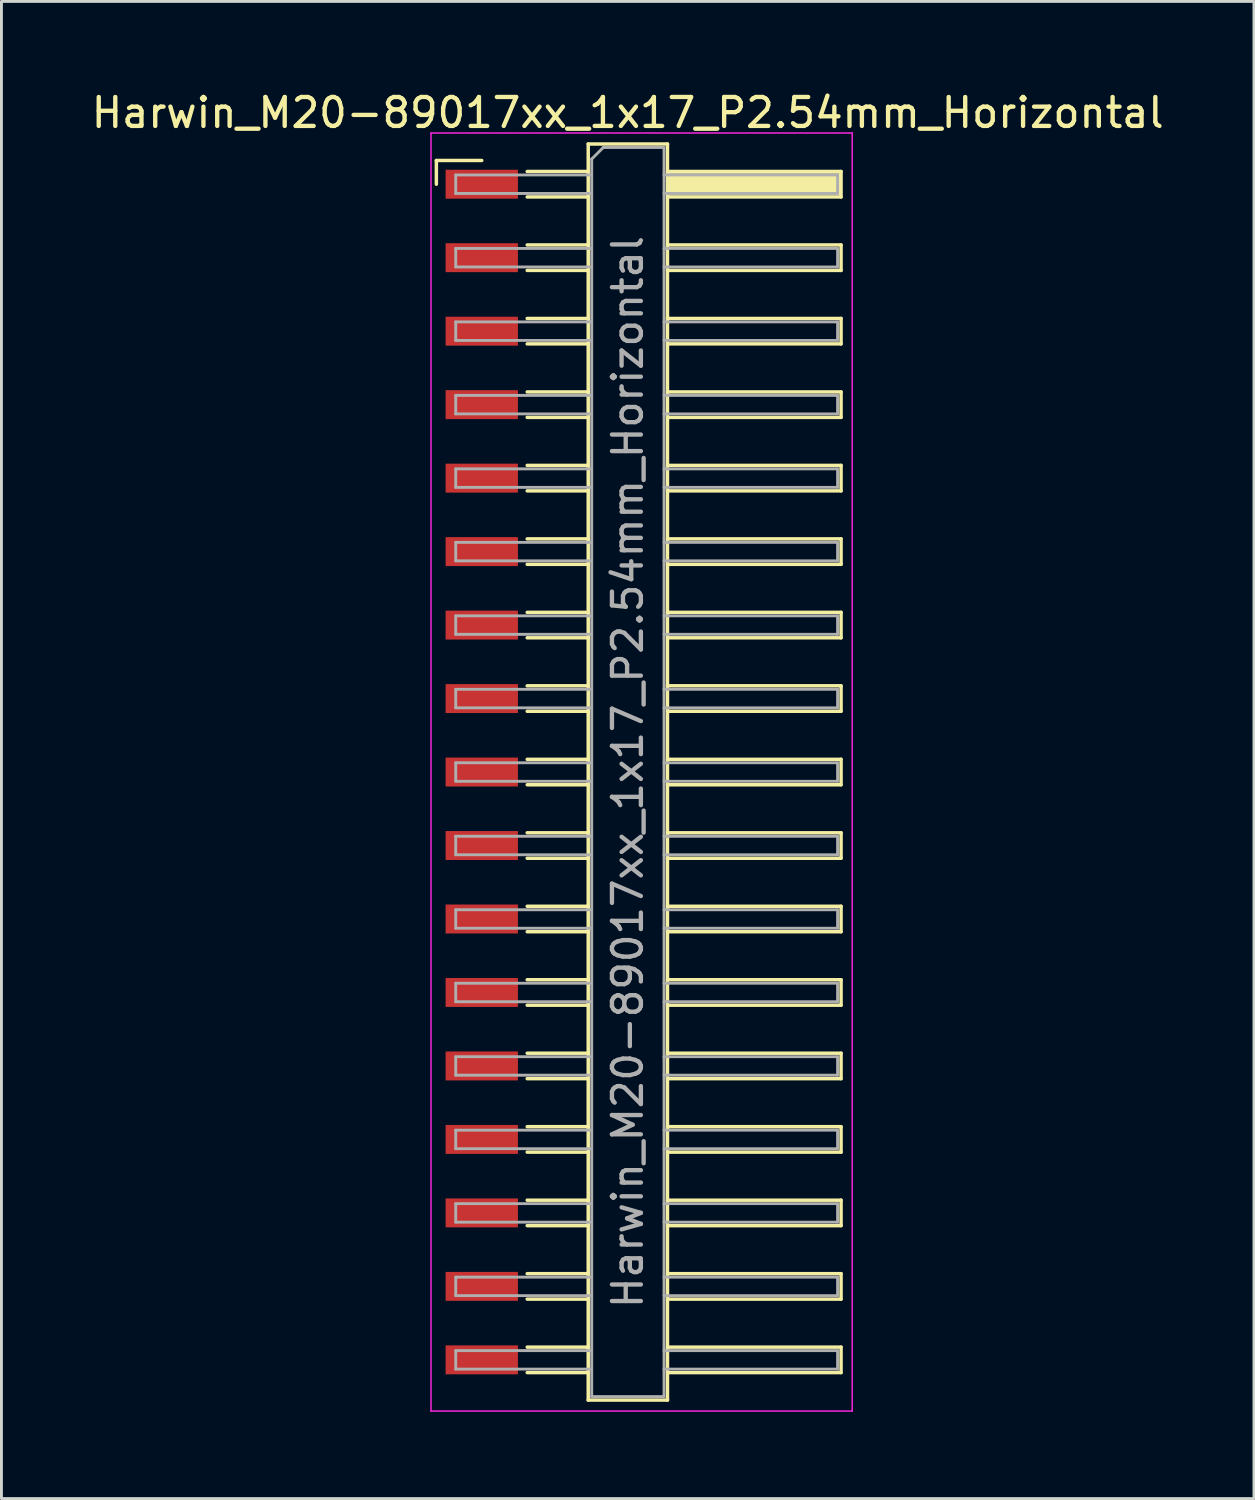
<source format=kicad_pcb>
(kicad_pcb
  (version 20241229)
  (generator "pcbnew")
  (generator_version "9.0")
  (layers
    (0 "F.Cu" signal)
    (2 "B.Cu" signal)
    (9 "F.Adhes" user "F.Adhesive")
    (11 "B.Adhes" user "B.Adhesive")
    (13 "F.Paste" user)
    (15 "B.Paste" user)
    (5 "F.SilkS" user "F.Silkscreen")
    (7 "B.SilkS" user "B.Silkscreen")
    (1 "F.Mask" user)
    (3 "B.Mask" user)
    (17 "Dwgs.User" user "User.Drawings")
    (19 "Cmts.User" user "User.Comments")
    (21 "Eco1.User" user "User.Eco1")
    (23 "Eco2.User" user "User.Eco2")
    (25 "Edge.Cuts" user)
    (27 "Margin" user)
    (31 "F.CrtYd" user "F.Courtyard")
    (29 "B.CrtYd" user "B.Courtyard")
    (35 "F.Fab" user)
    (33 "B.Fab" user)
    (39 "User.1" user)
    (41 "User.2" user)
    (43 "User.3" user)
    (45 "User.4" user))
  (footprint "Harwin_M20-89017xx_1x17_P2.54mm_Horizontal"
    (layer "F.Cu")
    (at 19.129 23.638)
    (property "Reference" "Harwin_M20-89017xx_1x17_P2.54mm_Horizontal" (at -0.48 -22.79 0) (layer "F.SilkS") (effects (font (size 1 1) (thickness 0.15))))
    (attr smd)
    (fp_line (start -7.095 -21.14) (end -5.525 -21.14) (stroke (width 0.12) (type solid)) (layer "F.SilkS"))
    (fp_line (start -7.095 -20.32) (end -7.095 -21.14) (stroke (width 0.12) (type solid)) (layer "F.SilkS"))
    (fp_line (start -3.955 -20.76) (end -1.845 -20.76) (stroke (width 0.12) (type solid)) (layer "F.SilkS"))
    (fp_line (start -3.955 -19.88) (end -1.845 -19.88) (stroke (width 0.12) (type solid)) (layer "F.SilkS"))
    (fp_line (start -3.955 -18.22) (end -1.845 -18.22) (stroke (width 0.12) (type solid)) (layer "F.SilkS"))
    (fp_line (start -3.955 -17.34) (end -1.845 -17.34) (stroke (width 0.12) (type solid)) (layer "F.SilkS"))
    (fp_line (start -3.955 -15.68) (end -1.845 -15.68) (stroke (width 0.12) (type solid)) (layer "F.SilkS"))
    (fp_line (start -3.955 -14.8) (end -1.845 -14.8) (stroke (width 0.12) (type solid)) (layer "F.SilkS"))
    (fp_line (start -3.955 -13.14) (end -1.845 -13.14) (stroke (width 0.12) (type solid)) (layer "F.SilkS"))
    (fp_line (start -3.955 -12.26) (end -1.845 -12.26) (stroke (width 0.12) (type solid)) (layer "F.SilkS"))
    (fp_line (start -3.955 -10.6) (end -1.845 -10.6) (stroke (width 0.12) (type solid)) (layer "F.SilkS"))
    (fp_line (start -3.955 -9.72) (end -1.845 -9.72) (stroke (width 0.12) (type solid)) (layer "F.SilkS"))
    (fp_line (start -3.955 -8.06) (end -1.845 -8.06) (stroke (width 0.12) (type solid)) (layer "F.SilkS"))
    (fp_line (start -3.955 -7.18) (end -1.845 -7.18) (stroke (width 0.12) (type solid)) (layer "F.SilkS"))
    (fp_line (start -3.955 -5.52) (end -1.845 -5.52) (stroke (width 0.12) (type solid)) (layer "F.SilkS"))
    (fp_line (start -3.955 -4.64) (end -1.845 -4.64) (stroke (width 0.12) (type solid)) (layer "F.SilkS"))
    (fp_line (start -3.955 -2.98) (end -1.845 -2.98) (stroke (width 0.12) (type solid)) (layer "F.SilkS"))
    (fp_line (start -3.955 -2.1) (end -1.845 -2.1) (stroke (width 0.12) (type solid)) (layer "F.SilkS"))
    (fp_line (start -3.955 -0.44) (end -1.845 -0.44) (stroke (width 0.12) (type solid)) (layer "F.SilkS"))
    (fp_line (start -3.955 0.44) (end -1.845 0.44) (stroke (width 0.12) (type solid)) (layer "F.SilkS"))
    (fp_line (start -3.955 2.1) (end -1.845 2.1) (stroke (width 0.12) (type solid)) (layer "F.SilkS"))
    (fp_line (start -3.955 2.98) (end -1.845 2.98) (stroke (width 0.12) (type solid)) (layer "F.SilkS"))
    (fp_line (start -3.955 4.64) (end -1.845 4.64) (stroke (width 0.12) (type solid)) (layer "F.SilkS"))
    (fp_line (start -3.955 5.52) (end -1.845 5.52) (stroke (width 0.12) (type solid)) (layer "F.SilkS"))
    (fp_line (start -3.955 7.18) (end -1.845 7.18) (stroke (width 0.12) (type solid)) (layer "F.SilkS"))
    (fp_line (start -3.955 8.06) (end -1.845 8.06) (stroke (width 0.12) (type solid)) (layer "F.SilkS"))
    (fp_line (start -3.955 9.72) (end -1.845 9.72) (stroke (width 0.12) (type solid)) (layer "F.SilkS"))
    (fp_line (start -3.955 10.6) (end -1.845 10.6) (stroke (width 0.12) (type solid)) (layer "F.SilkS"))
    (fp_line (start -3.955 12.26) (end -1.845 12.26) (stroke (width 0.12) (type solid)) (layer "F.SilkS"))
    (fp_line (start -3.955 13.14) (end -1.845 13.14) (stroke (width 0.12) (type solid)) (layer "F.SilkS"))
    (fp_line (start -3.955 14.8) (end -1.845 14.8) (stroke (width 0.12) (type solid)) (layer "F.SilkS"))
    (fp_line (start -3.955 15.68) (end -1.845 15.68) (stroke (width 0.12) (type solid)) (layer "F.SilkS"))
    (fp_line (start -3.955 17.34) (end -1.845 17.34) (stroke (width 0.12) (type solid)) (layer "F.SilkS"))
    (fp_line (start -3.955 18.22) (end -1.845 18.22) (stroke (width 0.12) (type solid)) (layer "F.SilkS"))
    (fp_line (start -3.955 19.88) (end -1.845 19.88) (stroke (width 0.12) (type solid)) (layer "F.SilkS"))
    (fp_line (start -3.955 20.76) (end -1.845 20.76) (stroke (width 0.12) (type solid)) (layer "F.SilkS"))
    (fp_line (start -1.845 -21.71) (end 0.895 -21.71) (stroke (width 0.12) (type solid)) (layer "F.SilkS"))
    (fp_line (start -1.845 21.71) (end -1.845 -21.71) (stroke (width 0.12) (type solid)) (layer "F.SilkS"))
    (fp_line (start 0.895 -21.71) (end 0.895 21.71) (stroke (width 0.12) (type solid)) (layer "F.SilkS"))
    (fp_line (start 0.895 -20.76) (end 6.895 -20.76) (stroke (width 0.12) (type solid)) (layer "F.SilkS"))
    (fp_line (start 0.895 -18.22) (end 6.895 -18.22) (stroke (width 0.12) (type solid)) (layer "F.SilkS"))
    (fp_line (start 0.895 -15.68) (end 6.895 -15.68) (stroke (width 0.12) (type solid)) (layer "F.SilkS"))
    (fp_line (start 0.895 -13.14) (end 6.895 -13.14) (stroke (width 0.12) (type solid)) (layer "F.SilkS"))
    (fp_line (start 0.895 -10.6) (end 6.895 -10.6) (stroke (width 0.12) (type solid)) (layer "F.SilkS"))
    (fp_line (start 0.895 -8.06) (end 6.895 -8.06) (stroke (width 0.12) (type solid)) (layer "F.SilkS"))
    (fp_line (start 0.895 -5.52) (end 6.895 -5.52) (stroke (width 0.12) (type solid)) (layer "F.SilkS"))
    (fp_line (start 0.895 -2.98) (end 6.895 -2.98) (stroke (width 0.12) (type solid)) (layer "F.SilkS"))
    (fp_line (start 0.895 -0.44) (end 6.895 -0.44) (stroke (width 0.12) (type solid)) (layer "F.SilkS"))
    (fp_line (start 0.895 2.1) (end 6.895 2.1) (stroke (width 0.12) (type solid)) (layer "F.SilkS"))
    (fp_line (start 0.895 4.64) (end 6.895 4.64) (stroke (width 0.12) (type solid)) (layer "F.SilkS"))
    (fp_line (start 0.895 7.18) (end 6.895 7.18) (stroke (width 0.12) (type solid)) (layer "F.SilkS"))
    (fp_line (start 0.895 9.72) (end 6.895 9.72) (stroke (width 0.12) (type solid)) (layer "F.SilkS"))
    (fp_line (start 0.895 12.26) (end 6.895 12.26) (stroke (width 0.12) (type solid)) (layer "F.SilkS"))
    (fp_line (start 0.895 14.8) (end 6.895 14.8) (stroke (width 0.12) (type solid)) (layer "F.SilkS"))
    (fp_line (start 0.895 17.34) (end 6.895 17.34) (stroke (width 0.12) (type solid)) (layer "F.SilkS"))
    (fp_line (start 0.895 19.88) (end 6.895 19.88) (stroke (width 0.12) (type solid)) (layer "F.SilkS"))
    (fp_line (start 0.895 21.71) (end -1.845 21.71) (stroke (width 0.12) (type solid)) (layer "F.SilkS"))
    (fp_line (start 6.895 -20.76) (end 6.895 -19.88) (stroke (width 0.12) (type solid)) (layer "F.SilkS"))
    (fp_line (start 6.895 -19.88) (end 0.895 -19.88) (stroke (width 0.12) (type solid)) (layer "F.SilkS"))
    (fp_line (start 6.895 -18.22) (end 6.895 -17.34) (stroke (width 0.12) (type solid)) (layer "F.SilkS"))
    (fp_line (start 6.895 -17.34) (end 0.895 -17.34) (stroke (width 0.12) (type solid)) (layer "F.SilkS"))
    (fp_line (start 6.895 -15.68) (end 6.895 -14.8) (stroke (width 0.12) (type solid)) (layer "F.SilkS"))
    (fp_line (start 6.895 -14.8) (end 0.895 -14.8) (stroke (width 0.12) (type solid)) (layer "F.SilkS"))
    (fp_line (start 6.895 -13.14) (end 6.895 -12.26) (stroke (width 0.12) (type solid)) (layer "F.SilkS"))
    (fp_line (start 6.895 -12.26) (end 0.895 -12.26) (stroke (width 0.12) (type solid)) (layer "F.SilkS"))
    (fp_line (start 6.895 -10.6) (end 6.895 -9.72) (stroke (width 0.12) (type solid)) (layer "F.SilkS"))
    (fp_line (start 6.895 -9.72) (end 0.895 -9.72) (stroke (width 0.12) (type solid)) (layer "F.SilkS"))
    (fp_line (start 6.895 -8.06) (end 6.895 -7.18) (stroke (width 0.12) (type solid)) (layer "F.SilkS"))
    (fp_line (start 6.895 -7.18) (end 0.895 -7.18) (stroke (width 0.12) (type solid)) (layer "F.SilkS"))
    (fp_line (start 6.895 -5.52) (end 6.895 -4.64) (stroke (width 0.12) (type solid)) (layer "F.SilkS"))
    (fp_line (start 6.895 -4.64) (end 0.895 -4.64) (stroke (width 0.12) (type solid)) (layer "F.SilkS"))
    (fp_line (start 6.895 -2.98) (end 6.895 -2.1) (stroke (width 0.12) (type solid)) (layer "F.SilkS"))
    (fp_line (start 6.895 -2.1) (end 0.895 -2.1) (stroke (width 0.12) (type solid)) (layer "F.SilkS"))
    (fp_line (start 6.895 -0.44) (end 6.895 0.44) (stroke (width 0.12) (type solid)) (layer "F.SilkS"))
    (fp_line (start 6.895 0.44) (end 0.895 0.44) (stroke (width 0.12) (type solid)) (layer "F.SilkS"))
    (fp_line (start 6.895 2.1) (end 6.895 2.98) (stroke (width 0.12) (type solid)) (layer "F.SilkS"))
    (fp_line (start 6.895 2.98) (end 0.895 2.98) (stroke (width 0.12) (type solid)) (layer "F.SilkS"))
    (fp_line (start 6.895 4.64) (end 6.895 5.52) (stroke (width 0.12) (type solid)) (layer "F.SilkS"))
    (fp_line (start 6.895 5.52) (end 0.895 5.52) (stroke (width 0.12) (type solid)) (layer "F.SilkS"))
    (fp_line (start 6.895 7.18) (end 6.895 8.06) (stroke (width 0.12) (type solid)) (layer "F.SilkS"))
    (fp_line (start 6.895 8.06) (end 0.895 8.06) (stroke (width 0.12) (type solid)) (layer "F.SilkS"))
    (fp_line (start 6.895 9.72) (end 6.895 10.6) (stroke (width 0.12) (type solid)) (layer "F.SilkS"))
    (fp_line (start 6.895 10.6) (end 0.895 10.6) (stroke (width 0.12) (type solid)) (layer "F.SilkS"))
    (fp_line (start 6.895 12.26) (end 6.895 13.14) (stroke (width 0.12) (type solid)) (layer "F.SilkS"))
    (fp_line (start 6.895 13.14) (end 0.895 13.14) (stroke (width 0.12) (type solid)) (layer "F.SilkS"))
    (fp_line (start 6.895 14.8) (end 6.895 15.68) (stroke (width 0.12) (type solid)) (layer "F.SilkS"))
    (fp_line (start 6.895 15.68) (end 0.895 15.68) (stroke (width 0.12) (type solid)) (layer "F.SilkS"))
    (fp_line (start 6.895 17.34) (end 6.895 18.22) (stroke (width 0.12) (type solid)) (layer "F.SilkS"))
    (fp_line (start 6.895 18.22) (end 0.895 18.22) (stroke (width 0.12) (type solid)) (layer "F.SilkS"))
    (fp_line (start 6.895 19.88) (end 6.895 20.76) (stroke (width 0.12) (type solid)) (layer "F.SilkS"))
    (fp_line (start 6.895 20.76) (end 0.895 20.76) (stroke (width 0.12) (type solid)) (layer "F.SilkS"))
    (fp_line (start -7.28 -22.09) (end 7.28 -22.09) (stroke (width 0.05) (type solid)) (layer "F.CrtYd"))
    (fp_line (start -7.28 22.09) (end -7.28 -22.09) (stroke (width 0.05) (type solid)) (layer "F.CrtYd"))
    (fp_line (start 7.28 -22.09) (end 7.28 22.09) (stroke (width 0.05) (type solid)) (layer "F.CrtYd"))
    (fp_line (start 7.28 22.09) (end -7.28 22.09) (stroke (width 0.05) (type solid)) (layer "F.CrtYd"))
    (fp_line (start -6.425 -20.64) (end -6.425 -20) (stroke (width 0.1) (type solid)) (layer "F.Fab"))
    (fp_line (start -6.425 -20) (end -1.725 -20) (stroke (width 0.1) (type solid)) (layer "F.Fab"))
    (fp_line (start -6.425 -18.1) (end -6.425 -17.46) (stroke (width 0.1) (type solid)) (layer "F.Fab"))
    (fp_line (start -6.425 -17.46) (end -1.725 -17.46) (stroke (width 0.1) (type solid)) (layer "F.Fab"))
    (fp_line (start -6.425 -15.56) (end -6.425 -14.92) (stroke (width 0.1) (type solid)) (layer "F.Fab"))
    (fp_line (start -6.425 -14.92) (end -1.725 -14.92) (stroke (width 0.1) (type solid)) (layer "F.Fab"))
    (fp_line (start -6.425 -13.02) (end -6.425 -12.38) (stroke (width 0.1) (type solid)) (layer "F.Fab"))
    (fp_line (start -6.425 -12.38) (end -1.725 -12.38) (stroke (width 0.1) (type solid)) (layer "F.Fab"))
    (fp_line (start -6.425 -10.48) (end -6.425 -9.84) (stroke (width 0.1) (type solid)) (layer "F.Fab"))
    (fp_line (start -6.425 -9.84) (end -1.725 -9.84) (stroke (width 0.1) (type solid)) (layer "F.Fab"))
    (fp_line (start -6.425 -7.94) (end -6.425 -7.3) (stroke (width 0.1) (type solid)) (layer "F.Fab"))
    (fp_line (start -6.425 -7.3) (end -1.725 -7.3) (stroke (width 0.1) (type solid)) (layer "F.Fab"))
    (fp_line (start -6.425 -5.4) (end -6.425 -4.76) (stroke (width 0.1) (type solid)) (layer "F.Fab"))
    (fp_line (start -6.425 -4.76) (end -1.725 -4.76) (stroke (width 0.1) (type solid)) (layer "F.Fab"))
    (fp_line (start -6.425 -2.86) (end -6.425 -2.22) (stroke (width 0.1) (type solid)) (layer "F.Fab"))
    (fp_line (start -6.425 -2.22) (end -1.725 -2.22) (stroke (width 0.1) (type solid)) (layer "F.Fab"))
    (fp_line (start -6.425 -0.32) (end -6.425 0.32) (stroke (width 0.1) (type solid)) (layer "F.Fab"))
    (fp_line (start -6.425 0.32) (end -1.725 0.32) (stroke (width 0.1) (type solid)) (layer "F.Fab"))
    (fp_line (start -6.425 2.22) (end -6.425 2.86) (stroke (width 0.1) (type solid)) (layer "F.Fab"))
    (fp_line (start -6.425 2.86) (end -1.725 2.86) (stroke (width 0.1) (type solid)) (layer "F.Fab"))
    (fp_line (start -6.425 4.76) (end -6.425 5.4) (stroke (width 0.1) (type solid)) (layer "F.Fab"))
    (fp_line (start -6.425 5.4) (end -1.725 5.4) (stroke (width 0.1) (type solid)) (layer "F.Fab"))
    (fp_line (start -6.425 7.3) (end -6.425 7.94) (stroke (width 0.1) (type solid)) (layer "F.Fab"))
    (fp_line (start -6.425 7.94) (end -1.725 7.94) (stroke (width 0.1) (type solid)) (layer "F.Fab"))
    (fp_line (start -6.425 9.84) (end -6.425 10.48) (stroke (width 0.1) (type solid)) (layer "F.Fab"))
    (fp_line (start -6.425 10.48) (end -1.725 10.48) (stroke (width 0.1) (type solid)) (layer "F.Fab"))
    (fp_line (start -6.425 12.38) (end -6.425 13.02) (stroke (width 0.1) (type solid)) (layer "F.Fab"))
    (fp_line (start -6.425 13.02) (end -1.725 13.02) (stroke (width 0.1) (type solid)) (layer "F.Fab"))
    (fp_line (start -6.425 14.92) (end -6.425 15.56) (stroke (width 0.1) (type solid)) (layer "F.Fab"))
    (fp_line (start -6.425 15.56) (end -1.725 15.56) (stroke (width 0.1) (type solid)) (layer "F.Fab"))
    (fp_line (start -6.425 17.46) (end -6.425 18.1) (stroke (width 0.1) (type solid)) (layer "F.Fab"))
    (fp_line (start -6.425 18.1) (end -1.725 18.1) (stroke (width 0.1) (type solid)) (layer "F.Fab"))
    (fp_line (start -6.425 20) (end -6.425 20.64) (stroke (width 0.1) (type solid)) (layer "F.Fab"))
    (fp_line (start -6.425 20.64) (end -1.725 20.64) (stroke (width 0.1) (type solid)) (layer "F.Fab"))
    (fp_line (start -1.725 -21.19) (end -1.325 -21.59) (stroke (width 0.1) (type solid)) (layer "F.Fab"))
    (fp_line (start -1.725 -20.64) (end -6.425 -20.64) (stroke (width 0.1) (type solid)) (layer "F.Fab"))
    (fp_line (start -1.725 -18.1) (end -6.425 -18.1) (stroke (width 0.1) (type solid)) (layer "F.Fab"))
    (fp_line (start -1.725 -15.56) (end -6.425 -15.56) (stroke (width 0.1) (type solid)) (layer "F.Fab"))
    (fp_line (start -1.725 -13.02) (end -6.425 -13.02) (stroke (width 0.1) (type solid)) (layer "F.Fab"))
    (fp_line (start -1.725 -10.48) (end -6.425 -10.48) (stroke (width 0.1) (type solid)) (layer "F.Fab"))
    (fp_line (start -1.725 -7.94) (end -6.425 -7.94) (stroke (width 0.1) (type solid)) (layer "F.Fab"))
    (fp_line (start -1.725 -5.4) (end -6.425 -5.4) (stroke (width 0.1) (type solid)) (layer "F.Fab"))
    (fp_line (start -1.725 -2.86) (end -6.425 -2.86) (stroke (width 0.1) (type solid)) (layer "F.Fab"))
    (fp_line (start -1.725 -0.32) (end -6.425 -0.32) (stroke (width 0.1) (type solid)) (layer "F.Fab"))
    (fp_line (start -1.725 2.22) (end -6.425 2.22) (stroke (width 0.1) (type solid)) (layer "F.Fab"))
    (fp_line (start -1.725 4.76) (end -6.425 4.76) (stroke (width 0.1) (type solid)) (layer "F.Fab"))
    (fp_line (start -1.725 7.3) (end -6.425 7.3) (stroke (width 0.1) (type solid)) (layer "F.Fab"))
    (fp_line (start -1.725 9.84) (end -6.425 9.84) (stroke (width 0.1) (type solid)) (layer "F.Fab"))
    (fp_line (start -1.725 12.38) (end -6.425 12.38) (stroke (width 0.1) (type solid)) (layer "F.Fab"))
    (fp_line (start -1.725 14.92) (end -6.425 14.92) (stroke (width 0.1) (type solid)) (layer "F.Fab"))
    (fp_line (start -1.725 17.46) (end -6.425 17.46) (stroke (width 0.1) (type solid)) (layer "F.Fab"))
    (fp_line (start -1.725 20) (end -6.425 20) (stroke (width 0.1) (type solid)) (layer "F.Fab"))
    (fp_line (start -1.725 21.59) (end -1.725 -21.19) (stroke (width 0.1) (type solid)) (layer "F.Fab"))
    (fp_line (start -1.325 -21.59) (end 0.775 -21.59) (stroke (width 0.1) (type solid)) (layer "F.Fab"))
    (fp_line (start 0.775 -21.59) (end 0.775 21.59) (stroke (width 0.1) (type solid)) (layer "F.Fab"))
    (fp_line (start 0.775 -20.64) (end 6.775 -20.64) (stroke (width 0.1) (type solid)) (layer "F.Fab"))
    (fp_line (start 0.775 -18.1) (end 6.775 -18.1) (stroke (width 0.1) (type solid)) (layer "F.Fab"))
    (fp_line (start 0.775 -15.56) (end 6.775 -15.56) (stroke (width 0.1) (type solid)) (layer "F.Fab"))
    (fp_line (start 0.775 -13.02) (end 6.775 -13.02) (stroke (width 0.1) (type solid)) (layer "F.Fab"))
    (fp_line (start 0.775 -10.48) (end 6.775 -10.48) (stroke (width 0.1) (type solid)) (layer "F.Fab"))
    (fp_line (start 0.775 -7.94) (end 6.775 -7.94) (stroke (width 0.1) (type solid)) (layer "F.Fab"))
    (fp_line (start 0.775 -5.4) (end 6.775 -5.4) (stroke (width 0.1) (type solid)) (layer "F.Fab"))
    (fp_line (start 0.775 -2.86) (end 6.775 -2.86) (stroke (width 0.1) (type solid)) (layer "F.Fab"))
    (fp_line (start 0.775 -0.32) (end 6.775 -0.32) (stroke (width 0.1) (type solid)) (layer "F.Fab"))
    (fp_line (start 0.775 2.22) (end 6.775 2.22) (stroke (width 0.1) (type solid)) (layer "F.Fab"))
    (fp_line (start 0.775 4.76) (end 6.775 4.76) (stroke (width 0.1) (type solid)) (layer "F.Fab"))
    (fp_line (start 0.775 7.3) (end 6.775 7.3) (stroke (width 0.1) (type solid)) (layer "F.Fab"))
    (fp_line (start 0.775 9.84) (end 6.775 9.84) (stroke (width 0.1) (type solid)) (layer "F.Fab"))
    (fp_line (start 0.775 12.38) (end 6.775 12.38) (stroke (width 0.1) (type solid)) (layer "F.Fab"))
    (fp_line (start 0.775 14.92) (end 6.775 14.92) (stroke (width 0.1) (type solid)) (layer "F.Fab"))
    (fp_line (start 0.775 17.46) (end 6.775 17.46) (stroke (width 0.1) (type solid)) (layer "F.Fab"))
    (fp_line (start 0.775 20) (end 6.775 20) (stroke (width 0.1) (type solid)) (layer "F.Fab"))
    (fp_line (start 0.775 21.59) (end -1.725 21.59) (stroke (width 0.1) (type solid)) (layer "F.Fab"))
    (fp_line (start 6.775 -20.64) (end 6.775 -20) (stroke (width 0.1) (type solid)) (layer "F.Fab"))
    (fp_line (start 6.775 -20) (end 0.775 -20) (stroke (width 0.1) (type solid)) (layer "F.Fab"))
    (fp_line (start 6.775 -18.1) (end 6.775 -17.46) (stroke (width 0.1) (type solid)) (layer "F.Fab"))
    (fp_line (start 6.775 -17.46) (end 0.775 -17.46) (stroke (width 0.1) (type solid)) (layer "F.Fab"))
    (fp_line (start 6.775 -15.56) (end 6.775 -14.92) (stroke (width 0.1) (type solid)) (layer "F.Fab"))
    (fp_line (start 6.775 -14.92) (end 0.775 -14.92) (stroke (width 0.1) (type solid)) (layer "F.Fab"))
    (fp_line (start 6.775 -13.02) (end 6.775 -12.38) (stroke (width 0.1) (type solid)) (layer "F.Fab"))
    (fp_line (start 6.775 -12.38) (end 0.775 -12.38) (stroke (width 0.1) (type solid)) (layer "F.Fab"))
    (fp_line (start 6.775 -10.48) (end 6.775 -9.84) (stroke (width 0.1) (type solid)) (layer "F.Fab"))
    (fp_line (start 6.775 -9.84) (end 0.775 -9.84) (stroke (width 0.1) (type solid)) (layer "F.Fab"))
    (fp_line (start 6.775 -7.94) (end 6.775 -7.3) (stroke (width 0.1) (type solid)) (layer "F.Fab"))
    (fp_line (start 6.775 -7.3) (end 0.775 -7.3) (stroke (width 0.1) (type solid)) (layer "F.Fab"))
    (fp_line (start 6.775 -5.4) (end 6.775 -4.76) (stroke (width 0.1) (type solid)) (layer "F.Fab"))
    (fp_line (start 6.775 -4.76) (end 0.775 -4.76) (stroke (width 0.1) (type solid)) (layer "F.Fab"))
    (fp_line (start 6.775 -2.86) (end 6.775 -2.22) (stroke (width 0.1) (type solid)) (layer "F.Fab"))
    (fp_line (start 6.775 -2.22) (end 0.775 -2.22) (stroke (width 0.1) (type solid)) (layer "F.Fab"))
    (fp_line (start 6.775 -0.32) (end 6.775 0.32) (stroke (width 0.1) (type solid)) (layer "F.Fab"))
    (fp_line (start 6.775 0.32) (end 0.775 0.32) (stroke (width 0.1) (type solid)) (layer "F.Fab"))
    (fp_line (start 6.775 2.22) (end 6.775 2.86) (stroke (width 0.1) (type solid)) (layer "F.Fab"))
    (fp_line (start 6.775 2.86) (end 0.775 2.86) (stroke (width 0.1) (type solid)) (layer "F.Fab"))
    (fp_line (start 6.775 4.76) (end 6.775 5.4) (stroke (width 0.1) (type solid)) (layer "F.Fab"))
    (fp_line (start 6.775 5.4) (end 0.775 5.4) (stroke (width 0.1) (type solid)) (layer "F.Fab"))
    (fp_line (start 6.775 7.3) (end 6.775 7.94) (stroke (width 0.1) (type solid)) (layer "F.Fab"))
    (fp_line (start 6.775 7.94) (end 0.775 7.94) (stroke (width 0.1) (type solid)) (layer "F.Fab"))
    (fp_line (start 6.775 9.84) (end 6.775 10.48) (stroke (width 0.1) (type solid)) (layer "F.Fab"))
    (fp_line (start 6.775 10.48) (end 0.775 10.48) (stroke (width 0.1) (type solid)) (layer "F.Fab"))
    (fp_line (start 6.775 12.38) (end 6.775 13.02) (stroke (width 0.1) (type solid)) (layer "F.Fab"))
    (fp_line (start 6.775 13.02) (end 0.775 13.02) (stroke (width 0.1) (type solid)) (layer "F.Fab"))
    (fp_line (start 6.775 14.92) (end 6.775 15.56) (stroke (width 0.1) (type solid)) (layer "F.Fab"))
    (fp_line (start 6.775 15.56) (end 0.775 15.56) (stroke (width 0.1) (type solid)) (layer "F.Fab"))
    (fp_line (start 6.775 17.46) (end 6.775 18.1) (stroke (width 0.1) (type solid)) (layer "F.Fab"))
    (fp_line (start 6.775 18.1) (end 0.775 18.1) (stroke (width 0.1) (type solid)) (layer "F.Fab"))
    (fp_line (start 6.775 20) (end 6.775 20.64) (stroke (width 0.1) (type solid)) (layer "F.Fab"))
    (fp_line (start 6.775 20.64) (end 0.775 20.64) (stroke (width 0.1) (type solid)) (layer "F.Fab"))
    (fp_text user "${REFERENCE}" (at -0.48 0 90) (layer "F.Fab") (effects (font (size 1 1) (thickness 0.15))))
    (pad "" smd rect (at 3.895 -20.32) (size 6 0.76) (layers "F.SilkS"))
    (pad "1" smd rect (at -5.525 -20.32) (size 2.5 1) (layers "F.Cu" "F.Mask" "F.Paste"))
    (pad "2" smd rect (at -5.525 -17.78) (size 2.5 1) (layers "F.Cu" "F.Mask" "F.Paste"))
    (pad "3" smd rect (at -5.525 -15.24) (size 2.5 1) (layers "F.Cu" "F.Mask" "F.Paste"))
    (pad "4" smd rect (at -5.525 -12.7) (size 2.5 1) (layers "F.Cu" "F.Mask" "F.Paste"))
    (pad "5" smd rect (at -5.525 -10.16) (size 2.5 1) (layers "F.Cu" "F.Mask" "F.Paste"))
    (pad "6" smd rect (at -5.525 -7.62) (size 2.5 1) (layers "F.Cu" "F.Mask" "F.Paste"))
    (pad "7" smd rect (at -5.525 -5.08) (size 2.5 1) (layers "F.Cu" "F.Mask" "F.Paste"))
    (pad "8" smd rect (at -5.525 -2.54) (size 2.5 1) (layers "F.Cu" "F.Mask" "F.Paste"))
    (pad "9" smd rect (at -5.525 0) (size 2.5 1) (layers "F.Cu" "F.Mask" "F.Paste"))
    (pad "10" smd rect (at -5.525 2.54) (size 2.5 1) (layers "F.Cu" "F.Mask" "F.Paste"))
    (pad "11" smd rect (at -5.525 5.08) (size 2.5 1) (layers "F.Cu" "F.Mask" "F.Paste"))
    (pad "12" smd rect (at -5.525 7.62) (size 2.5 1) (layers "F.Cu" "F.Mask" "F.Paste"))
    (pad "13" smd rect (at -5.525 10.16) (size 2.5 1) (layers "F.Cu" "F.Mask" "F.Paste"))
    (pad "14" smd rect (at -5.525 12.7) (size 2.5 1) (layers "F.Cu" "F.Mask" "F.Paste"))
    (pad "15" smd rect (at -5.525 15.24) (size 2.5 1) (layers "F.Cu" "F.Mask" "F.Paste"))
    (pad "16" smd rect (at -5.525 17.78) (size 2.5 1) (layers "F.Cu" "F.Mask" "F.Paste"))
    (pad "17" smd rect (at -5.525 20.32) (size 2.5 1) (layers "F.Cu" "F.Mask" "F.Paste")))
  (gr_rect
    (start -3 -3)
    (end 40.298 48.753)
    (stroke (width 0.1) (type default))
    (fill no)
    (layer "Edge.Cuts")))
</source>
